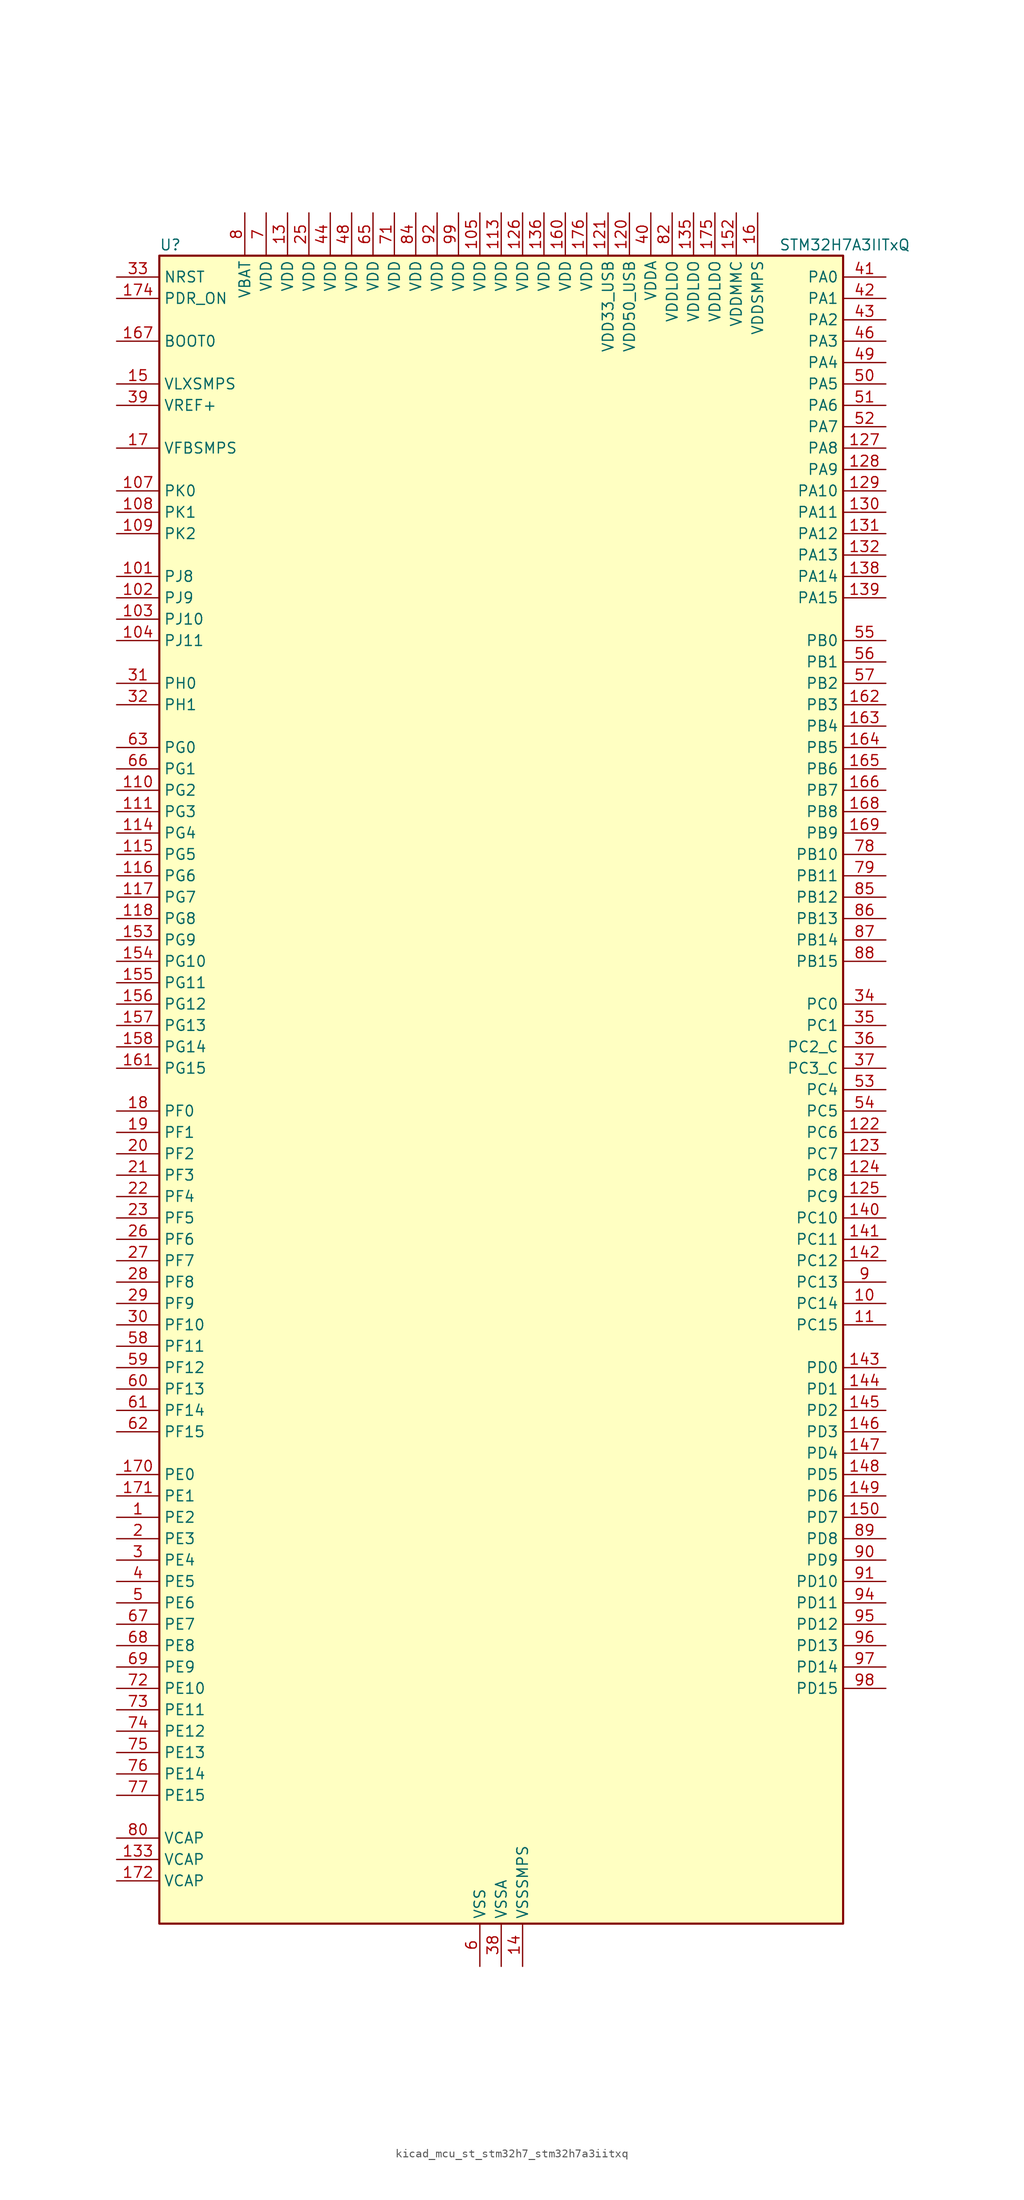
<source format=kicad_sym>
(kicad_symbol_lib
  (version 20220914)
  (generator kicad_symbol_editor)
  (symbol "kicad_mcu_st_stm32h7_stm32h7a3iitxq"
    (property "Reference" "U"
      (at -40.64 100.33 0)
      (effects (font (size 1.27 1.27)) (justify left)))
    (property "Value" "STM32H7A3IITxQ"
      (at 33.02 100.33 0)
      (effects (font (size 1.27 1.27)) (justify left)))
    (property "ki_locked" ""
      (at 0 0 0)
      (effects (font (size 1.27 1.27))))
    (symbol "kicad_mcu_st_stm32h7_stm32h7a3iitxq_0_1"
      (rectangle (start -40.64 -99.06) (end 40.64 99.06) (stroke (width 0.254) (type default)) (fill (type background))))
    (symbol "kicad_mcu_st_stm32h7_stm32h7a3iitxq_1_1"
      (pin bidirectional line (at -45.72 -50.8 0) (length 5.08) (name "PE2" (effects (font (size 1.27 1.27)))) (number "1" (effects (font (size 1.27 1.27)))) (alternate "DEBUG_TRACECLK" bidirectional line) (alternate "FMC_A23" bidirectional line) (alternate "OCTOSPIM_P1_IO2" bidirectional line) (alternate "SAI1_CK1" bidirectional line) (alternate "SAI1_MCLK_A" bidirectional line) (alternate "SPI4_SCK" bidirectional line) (alternate "USART10_RX" bidirectional line))
      (pin bidirectional line (at 45.72 -25.4 180) (length 5.08) (name "PC14" (effects (font (size 1.27 1.27)))) (number "10" (effects (font (size 1.27 1.27)))) (alternate "RCC_OSC32_IN" bidirectional line))
      (pin passive line (at -2.54 -104.14 90) (length 5.08) hide (name "VSS" (effects (font (size 1.27 1.27)))) (number "100" (effects (font (size 1.27 1.27)))))
      (pin bidirectional line (at -45.72 60.96 0) (length 5.08) (name "PJ8" (effects (font (size 1.27 1.27)))) (number "101" (effects (font (size 1.27 1.27)))) (alternate "LTDC_G1" bidirectional line) (alternate "TIM1_CH3N" bidirectional line) (alternate "TIM8_CH1" bidirectional line) (alternate "UART8_TX" bidirectional line))
      (pin bidirectional line (at -45.72 58.42 0) (length 5.08) (name "PJ9" (effects (font (size 1.27 1.27)))) (number "102" (effects (font (size 1.27 1.27)))) (alternate "DAC1_EXTI9" bidirectional line) (alternate "LTDC_G2" bidirectional line) (alternate "TIM1_CH3" bidirectional line) (alternate "TIM8_CH1N" bidirectional line) (alternate "UART8_RX" bidirectional line))
      (pin bidirectional line (at -45.72 55.88 0) (length 5.08) (name "PJ10" (effects (font (size 1.27 1.27)))) (number "103" (effects (font (size 1.27 1.27)))) (alternate "LTDC_G3" bidirectional line) (alternate "SPI5_MOSI" bidirectional line) (alternate "TIM1_CH2N" bidirectional line) (alternate "TIM8_CH2" bidirectional line))
      (pin bidirectional line (at -45.72 53.34 0) (length 5.08) (name "PJ11" (effects (font (size 1.27 1.27)))) (number "104" (effects (font (size 1.27 1.27)))) (alternate "ADC1_EXTI11" bidirectional line) (alternate "ADC2_EXTI11" bidirectional line) (alternate "LTDC_G4" bidirectional line) (alternate "SPI5_MISO" bidirectional line) (alternate "TIM1_CH2" bidirectional line) (alternate "TIM8_CH2N" bidirectional line))
      (pin power_in line (at -2.54 104.14 270) (length 5.08) (name "VDD" (effects (font (size 1.27 1.27)))) (number "105" (effects (font (size 1.27 1.27)))))
      (pin passive line (at -2.54 -104.14 90) (length 5.08) hide (name "VSS" (effects (font (size 1.27 1.27)))) (number "106" (effects (font (size 1.27 1.27)))))
      (pin bidirectional line (at -45.72 71.12 0) (length 5.08) (name "PK0" (effects (font (size 1.27 1.27)))) (number "107" (effects (font (size 1.27 1.27)))) (alternate "LTDC_G5" bidirectional line) (alternate "SPI5_SCK" bidirectional line) (alternate "TIM1_CH1N" bidirectional line) (alternate "TIM8_CH3" bidirectional line))
      (pin bidirectional line (at -45.72 68.58 0) (length 5.08) (name "PK1" (effects (font (size 1.27 1.27)))) (number "108" (effects (font (size 1.27 1.27)))) (alternate "LTDC_G6" bidirectional line) (alternate "SPI5_NSS" bidirectional line) (alternate "TIM1_CH1" bidirectional line) (alternate "TIM8_CH3N" bidirectional line))
      (pin bidirectional line (at -45.72 66.04 0) (length 5.08) (name "PK2" (effects (font (size 1.27 1.27)))) (number "109" (effects (font (size 1.27 1.27)))) (alternate "LTDC_G7" bidirectional line) (alternate "TIM1_BKIN" bidirectional line) (alternate "TIM1_BKIN_COMP1" bidirectional line) (alternate "TIM1_BKIN_COMP2" bidirectional line) (alternate "TIM8_BKIN" bidirectional line) (alternate "TIM8_BKIN_COMP1" bidirectional line) (alternate "TIM8_BKIN_COMP2" bidirectional line))
      (pin bidirectional line (at 45.72 -27.94 180) (length 5.08) (name "PC15" (effects (font (size 1.27 1.27)))) (number "11" (effects (font (size 1.27 1.27)))) (alternate "ADC1_EXTI15" bidirectional line) (alternate "ADC2_EXTI15" bidirectional line) (alternate "RCC_OSC32_OUT" bidirectional line))
      (pin bidirectional line (at -45.72 35.56 0) (length 5.08) (name "PG2" (effects (font (size 1.27 1.27)))) (number "110" (effects (font (size 1.27 1.27)))) (alternate "FMC_A12" bidirectional line) (alternate "TIM8_BKIN" bidirectional line) (alternate "TIM8_BKIN_COMP1" bidirectional line) (alternate "TIM8_BKIN_COMP2" bidirectional line))
      (pin bidirectional line (at -45.72 33.02 0) (length 5.08) (name "PG3" (effects (font (size 1.27 1.27)))) (number "111" (effects (font (size 1.27 1.27)))) (alternate "FMC_A13" bidirectional line) (alternate "TIM8_BKIN2" bidirectional line) (alternate "TIM8_BKIN2_COMP1" bidirectional line) (alternate "TIM8_BKIN2_COMP2" bidirectional line))
      (pin passive line (at -2.54 -104.14 90) (length 5.08) hide (name "VSS" (effects (font (size 1.27 1.27)))) (number "112" (effects (font (size 1.27 1.27)))))
      (pin power_in line (at 0 104.14 270) (length 5.08) (name "VDD" (effects (font (size 1.27 1.27)))) (number "113" (effects (font (size 1.27 1.27)))))
      (pin bidirectional line (at -45.72 30.48 0) (length 5.08) (name "PG4" (effects (font (size 1.27 1.27)))) (number "114" (effects (font (size 1.27 1.27)))) (alternate "FMC_A14" bidirectional line) (alternate "FMC_BA0" bidirectional line) (alternate "TIM1_BKIN2" bidirectional line) (alternate "TIM1_BKIN2_COMP1" bidirectional line) (alternate "TIM1_BKIN2_COMP2" bidirectional line))
      (pin bidirectional line (at -45.72 27.94 0) (length 5.08) (name "PG5" (effects (font (size 1.27 1.27)))) (number "115" (effects (font (size 1.27 1.27)))) (alternate "FMC_A15" bidirectional line) (alternate "FMC_BA1" bidirectional line) (alternate "TIM1_ETR" bidirectional line))
      (pin bidirectional line (at -45.72 25.4 0) (length 5.08) (name "PG6" (effects (font (size 1.27 1.27)))) (number "116" (effects (font (size 1.27 1.27)))) (alternate "DCMI_D12" bidirectional line) (alternate "FMC_NE3" bidirectional line) (alternate "LTDC_R7" bidirectional line) (alternate "OCTOSPIM_P1_NCS" bidirectional line) (alternate "PSSI_D12" bidirectional line) (alternate "TIM17_BKIN" bidirectional line))
      (pin bidirectional line (at -45.72 22.86 0) (length 5.08) (name "PG7" (effects (font (size 1.27 1.27)))) (number "117" (effects (font (size 1.27 1.27)))) (alternate "DCMI_D13" bidirectional line) (alternate "FMC_INT" bidirectional line) (alternate "LTDC_CLK" bidirectional line) (alternate "OCTOSPIM_P2_DQS" bidirectional line) (alternate "PSSI_D13" bidirectional line) (alternate "SAI1_MCLK_A" bidirectional line) (alternate "USART6_CK" bidirectional line))
      (pin bidirectional line (at -45.72 20.32 0) (length 5.08) (name "PG8" (effects (font (size 1.27 1.27)))) (number "118" (effects (font (size 1.27 1.27)))) (alternate "FMC_SDCLK" bidirectional line) (alternate "I2S6_WS" bidirectional line) (alternate "LTDC_G7" bidirectional line) (alternate "SPDIFRX_IN2" bidirectional line) (alternate "SPI6_NSS" bidirectional line) (alternate "TIM8_ETR" bidirectional line) (alternate "USART6_DE" bidirectional line) (alternate "USART6_RTS" bidirectional line))
      (pin passive line (at -2.54 -104.14 90) (length 5.08) hide (name "VSS" (effects (font (size 1.27 1.27)))) (number "119" (effects (font (size 1.27 1.27)))))
      (pin passive line (at -2.54 -104.14 90) (length 5.08) hide (name "VSS" (effects (font (size 1.27 1.27)))) (number "12" (effects (font (size 1.27 1.27)))))
      (pin power_in line (at 15.24 104.14 270) (length 5.08) (name "VDD50_USB" (effects (font (size 1.27 1.27)))) (number "120" (effects (font (size 1.27 1.27)))))
      (pin power_in line (at 12.7 104.14 270) (length 5.08) (name "VDD33_USB" (effects (font (size 1.27 1.27)))) (number "121" (effects (font (size 1.27 1.27)))))
      (pin bidirectional line (at 45.72 -5.08 180) (length 5.08) (name "PC6" (effects (font (size 1.27 1.27)))) (number "122" (effects (font (size 1.27 1.27)))) (alternate "DCMI_D0" bidirectional line) (alternate "DFSDM1_CKIN3" bidirectional line) (alternate "FMC_NWAIT" bidirectional line) (alternate "I2S2_MCK" bidirectional line) (alternate "LTDC_HSYNC" bidirectional line) (alternate "PSSI_D0" bidirectional line) (alternate "SDMMC1_D0DIR" bidirectional line) (alternate "SDMMC1_D6" bidirectional line) (alternate "SDMMC2_D6" bidirectional line) (alternate "SWPMI1_IO" bidirectional line) (alternate "TIM3_CH1" bidirectional line) (alternate "TIM8_CH1" bidirectional line) (alternate "USART6_TX" bidirectional line))
      (pin bidirectional line (at 45.72 -7.62 180) (length 5.08) (name "PC7" (effects (font (size 1.27 1.27)))) (number "123" (effects (font (size 1.27 1.27)))) (alternate "DCMI_D1" bidirectional line) (alternate "DEBUG_TRGIO" bidirectional line) (alternate "DFSDM1_DATIN3" bidirectional line) (alternate "FMC_NE1" bidirectional line) (alternate "I2S3_MCK" bidirectional line) (alternate "LTDC_G6" bidirectional line) (alternate "PSSI_D1" bidirectional line) (alternate "SDMMC1_D123DIR" bidirectional line) (alternate "SDMMC1_D7" bidirectional line) (alternate "SDMMC2_D7" bidirectional line) (alternate "SWPMI1_TX" bidirectional line) (alternate "TIM3_CH2" bidirectional line) (alternate "TIM8_CH2" bidirectional line) (alternate "USART6_RX" bidirectional line))
      (pin bidirectional line (at 45.72 -10.16 180) (length 5.08) (name "PC8" (effects (font (size 1.27 1.27)))) (number "124" (effects (font (size 1.27 1.27)))) (alternate "DCMI_D2" bidirectional line) (alternate "DEBUG_TRACED1" bidirectional line) (alternate "FMC_INT" bidirectional line) (alternate "FMC_NCE" bidirectional line) (alternate "FMC_NE2" bidirectional line) (alternate "PSSI_D2" bidirectional line) (alternate "SDMMC1_D0" bidirectional line) (alternate "SWPMI1_RX" bidirectional line) (alternate "TIM3_CH3" bidirectional line) (alternate "TIM8_CH3" bidirectional line) (alternate "UART5_DE" bidirectional line) (alternate "UART5_RTS" bidirectional line) (alternate "USART6_CK" bidirectional line))
      (pin bidirectional line (at 45.72 -12.7 180) (length 5.08) (name "PC9" (effects (font (size 1.27 1.27)))) (number "125" (effects (font (size 1.27 1.27)))) (alternate "DAC1_EXTI9" bidirectional line) (alternate "DCMI_D3" bidirectional line) (alternate "I2C3_SDA" bidirectional line) (alternate "I2S_CKIN" bidirectional line) (alternate "LTDC_B2" bidirectional line) (alternate "LTDC_G3" bidirectional line) (alternate "OCTOSPIM_P1_IO0" bidirectional line) (alternate "PSSI_D3" bidirectional line) (alternate "RCC_MCO_2" bidirectional line) (alternate "SDMMC1_D1" bidirectional line) (alternate "SWPMI1_SUSPEND" bidirectional line) (alternate "TIM3_CH4" bidirectional line) (alternate "TIM8_CH4" bidirectional line) (alternate "UART5_CTS" bidirectional line))
      (pin power_in line (at 2.54 104.14 270) (length 5.08) (name "VDD" (effects (font (size 1.27 1.27)))) (number "126" (effects (font (size 1.27 1.27)))))
      (pin bidirectional line (at 45.72 76.2 180) (length 5.08) (name "PA8" (effects (font (size 1.27 1.27)))) (number "127" (effects (font (size 1.27 1.27)))) (alternate "I2C3_SCL" bidirectional line) (alternate "LTDC_B3" bidirectional line) (alternate "LTDC_R6" bidirectional line) (alternate "RCC_MCO_1" bidirectional line) (alternate "TIM1_CH1" bidirectional line) (alternate "TIM8_BKIN2" bidirectional line) (alternate "TIM8_BKIN2_COMP1" bidirectional line) (alternate "TIM8_BKIN2_COMP2" bidirectional line) (alternate "UART7_RX" bidirectional line) (alternate "USART1_CK" bidirectional line) (alternate "USB_OTG_HS_SOF" bidirectional line))
      (pin bidirectional line (at 45.72 73.66 180) (length 5.08) (name "PA9" (effects (font (size 1.27 1.27)))) (number "128" (effects (font (size 1.27 1.27)))) (alternate "DAC1_EXTI9" bidirectional line) (alternate "DCMI_D0" bidirectional line) (alternate "I2C3_SMBA" bidirectional line) (alternate "I2S2_CK" bidirectional line) (alternate "LPUART1_TX" bidirectional line) (alternate "LTDC_R5" bidirectional line) (alternate "PSSI_D0" bidirectional line) (alternate "SPI2_SCK" bidirectional line) (alternate "TIM1_CH2" bidirectional line) (alternate "USART1_TX" bidirectional line) (alternate "USB_OTG_HS_VBUS" bidirectional line))
      (pin bidirectional line (at 45.72 71.12 180) (length 5.08) (name "PA10" (effects (font (size 1.27 1.27)))) (number "129" (effects (font (size 1.27 1.27)))) (alternate "DCMI_D1" bidirectional line) (alternate "LPUART1_RX" bidirectional line) (alternate "LTDC_B1" bidirectional line) (alternate "LTDC_B4" bidirectional line) (alternate "MDIOS_MDIO" bidirectional line) (alternate "PSSI_D1" bidirectional line) (alternate "TIM1_CH3" bidirectional line) (alternate "USART1_RX" bidirectional line) (alternate "USB_OTG_HS_ID" bidirectional line))
      (pin power_in line (at -25.4 104.14 270) (length 5.08) (name "VDD" (effects (font (size 1.27 1.27)))) (number "13" (effects (font (size 1.27 1.27)))))
      (pin bidirectional line (at 45.72 68.58 180) (length 5.08) (name "PA11" (effects (font (size 1.27 1.27)))) (number "130" (effects (font (size 1.27 1.27)))) (alternate "ADC1_EXTI11" bidirectional line) (alternate "ADC2_EXTI11" bidirectional line) (alternate "FDCAN1_RX" bidirectional line) (alternate "I2S2_WS" bidirectional line) (alternate "LPUART1_CTS" bidirectional line) (alternate "LTDC_R4" bidirectional line) (alternate "SPI2_NSS" bidirectional line) (alternate "TIM1_CH4" bidirectional line) (alternate "UART4_RX" bidirectional line) (alternate "USART1_CTS" bidirectional line) (alternate "USART1_NSS" bidirectional line) (alternate "USB_OTG_HS_DM" bidirectional line))
      (pin bidirectional line (at 45.72 66.04 180) (length 5.08) (name "PA12" (effects (font (size 1.27 1.27)))) (number "131" (effects (font (size 1.27 1.27)))) (alternate "FDCAN1_TX" bidirectional line) (alternate "I2S2_CK" bidirectional line) (alternate "LPUART1_DE" bidirectional line) (alternate "LPUART1_RTS" bidirectional line) (alternate "LTDC_R5" bidirectional line) (alternate "SAI2_FS_B" bidirectional line) (alternate "SPI2_SCK" bidirectional line) (alternate "TIM1_ETR" bidirectional line) (alternate "UART4_TX" bidirectional line) (alternate "USART1_DE" bidirectional line) (alternate "USART1_RTS" bidirectional line) (alternate "USB_OTG_HS_DP" bidirectional line))
      (pin bidirectional line (at 45.72 63.5 180) (length 5.08) (name "PA13" (effects (font (size 1.27 1.27)))) (number "132" (effects (font (size 1.27 1.27)))) (alternate "DEBUG_JTMS-SWDIO" bidirectional line))
      (pin power_out line (at -45.72 -91.44 0) (length 5.08) (name "VCAP" (effects (font (size 1.27 1.27)))) (number "133" (effects (font (size 1.27 1.27)))))
      (pin passive line (at -2.54 -104.14 90) (length 5.08) hide (name "VSS" (effects (font (size 1.27 1.27)))) (number "134" (effects (font (size 1.27 1.27)))))
      (pin power_in line (at 22.86 104.14 270) (length 5.08) (name "VDDLDO" (effects (font (size 1.27 1.27)))) (number "135" (effects (font (size 1.27 1.27)))))
      (pin power_in line (at 5.08 104.14 270) (length 5.08) (name "VDD" (effects (font (size 1.27 1.27)))) (number "136" (effects (font (size 1.27 1.27)))))
      (pin passive line (at -2.54 -104.14 90) (length 5.08) hide (name "VSS" (effects (font (size 1.27 1.27)))) (number "137" (effects (font (size 1.27 1.27)))))
      (pin bidirectional line (at 45.72 60.96 180) (length 5.08) (name "PA14" (effects (font (size 1.27 1.27)))) (number "138" (effects (font (size 1.27 1.27)))) (alternate "DEBUG_JTCK-SWCLK" bidirectional line))
      (pin bidirectional line (at 45.72 58.42 180) (length 5.08) (name "PA15" (effects (font (size 1.27 1.27)))) (number "139" (effects (font (size 1.27 1.27)))) (alternate "ADC1_EXTI15" bidirectional line) (alternate "ADC2_EXTI15" bidirectional line) (alternate "CEC" bidirectional line) (alternate "DEBUG_JTDI" bidirectional line) (alternate "I2S1_WS" bidirectional line) (alternate "I2S3_WS" bidirectional line) (alternate "I2S6_WS" bidirectional line) (alternate "LTDC_B6" bidirectional line) (alternate "LTDC_R3" bidirectional line) (alternate "SPI1_NSS" bidirectional line) (alternate "SPI3_NSS" bidirectional line) (alternate "SPI6_NSS" bidirectional line) (alternate "TIM2_CH1" bidirectional line) (alternate "TIM2_ETR" bidirectional line) (alternate "UART4_DE" bidirectional line) (alternate "UART4_RTS" bidirectional line) (alternate "UART7_TX" bidirectional line))
      (pin power_in line (at 2.54 -104.14 90) (length 5.08) (name "VSSSMPS" (effects (font (size 1.27 1.27)))) (number "14" (effects (font (size 1.27 1.27)))))
      (pin bidirectional line (at 45.72 -15.24 180) (length 5.08) (name "PC10" (effects (font (size 1.27 1.27)))) (number "140" (effects (font (size 1.27 1.27)))) (alternate "DCMI_D8" bidirectional line) (alternate "DFSDM1_CKIN5" bidirectional line) (alternate "DFSDM2_CKIN0" bidirectional line) (alternate "I2S3_CK" bidirectional line) (alternate "LTDC_B1" bidirectional line) (alternate "LTDC_R2" bidirectional line) (alternate "OCTOSPIM_P1_IO1" bidirectional line) (alternate "PSSI_D8" bidirectional line) (alternate "SDMMC1_D2" bidirectional line) (alternate "SPI3_SCK" bidirectional line) (alternate "SWPMI1_RX" bidirectional line) (alternate "UART4_TX" bidirectional line) (alternate "USART3_TX" bidirectional line))
      (pin bidirectional line (at 45.72 -17.78 180) (length 5.08) (name "PC11" (effects (font (size 1.27 1.27)))) (number "141" (effects (font (size 1.27 1.27)))) (alternate "ADC1_EXTI11" bidirectional line) (alternate "ADC2_EXTI11" bidirectional line) (alternate "DCMI_D4" bidirectional line) (alternate "DFSDM1_DATIN5" bidirectional line) (alternate "DFSDM2_DATIN0" bidirectional line) (alternate "I2S3_SDI" bidirectional line) (alternate "LTDC_B4" bidirectional line) (alternate "OCTOSPIM_P1_NCS" bidirectional line) (alternate "PSSI_D4" bidirectional line) (alternate "SDMMC1_D3" bidirectional line) (alternate "SPI3_MISO" bidirectional line) (alternate "UART4_RX" bidirectional line) (alternate "USART3_RX" bidirectional line))
      (pin bidirectional line (at 45.72 -20.32 180) (length 5.08) (name "PC12" (effects (font (size 1.27 1.27)))) (number "142" (effects (font (size 1.27 1.27)))) (alternate "DCMI_D9" bidirectional line) (alternate "DEBUG_TRACED3" bidirectional line) (alternate "DFSDM2_CKOUT" bidirectional line) (alternate "I2S3_SDO" bidirectional line) (alternate "I2S6_CK" bidirectional line) (alternate "LTDC_R6" bidirectional line) (alternate "PSSI_D9" bidirectional line) (alternate "SDMMC1_CK" bidirectional line) (alternate "SPI3_MOSI" bidirectional line) (alternate "SPI6_SCK" bidirectional line) (alternate "TIM15_CH1" bidirectional line) (alternate "UART5_TX" bidirectional line) (alternate "USART3_CK" bidirectional line))
      (pin bidirectional line (at 45.72 -33.02 180) (length 5.08) (name "PD0" (effects (font (size 1.27 1.27)))) (number "143" (effects (font (size 1.27 1.27)))) (alternate "DFSDM1_CKIN6" bidirectional line) (alternate "FDCAN1_RX" bidirectional line) (alternate "FMC_D2" bidirectional line) (alternate "FMC_DA2" bidirectional line) (alternate "LTDC_B1" bidirectional line) (alternate "UART4_RX" bidirectional line) (alternate "UART9_CTS" bidirectional line))
      (pin bidirectional line (at 45.72 -35.56 180) (length 5.08) (name "PD1" (effects (font (size 1.27 1.27)))) (number "144" (effects (font (size 1.27 1.27)))) (alternate "DFSDM1_DATIN6" bidirectional line) (alternate "FDCAN1_TX" bidirectional line) (alternate "FMC_D3" bidirectional line) (alternate "FMC_DA3" bidirectional line) (alternate "UART4_TX" bidirectional line))
      (pin bidirectional line (at 45.72 -38.1 180) (length 5.08) (name "PD2" (effects (font (size 1.27 1.27)))) (number "145" (effects (font (size 1.27 1.27)))) (alternate "DCMI_D11" bidirectional line) (alternate "DEBUG_TRACED2" bidirectional line) (alternate "LTDC_B2" bidirectional line) (alternate "LTDC_B7" bidirectional line) (alternate "PSSI_D11" bidirectional line) (alternate "SDMMC1_CMD" bidirectional line) (alternate "TIM15_BKIN" bidirectional line) (alternate "TIM3_ETR" bidirectional line) (alternate "UART5_RX" bidirectional line))
      (pin bidirectional line (at 45.72 -40.64 180) (length 5.08) (name "PD3" (effects (font (size 1.27 1.27)))) (number "146" (effects (font (size 1.27 1.27)))) (alternate "DCMI_D5" bidirectional line) (alternate "DFSDM1_CKOUT" bidirectional line) (alternate "FMC_CLK" bidirectional line) (alternate "I2S2_CK" bidirectional line) (alternate "LTDC_G7" bidirectional line) (alternate "PSSI_D5" bidirectional line) (alternate "SPI2_SCK" bidirectional line) (alternate "USART2_CTS" bidirectional line) (alternate "USART2_NSS" bidirectional line))
      (pin bidirectional line (at 45.72 -43.18 180) (length 5.08) (name "PD4" (effects (font (size 1.27 1.27)))) (number "147" (effects (font (size 1.27 1.27)))) (alternate "FMC_NOE" bidirectional line) (alternate "OCTOSPIM_P1_IO4" bidirectional line) (alternate "USART2_DE" bidirectional line) (alternate "USART2_RTS" bidirectional line))
      (pin bidirectional line (at 45.72 -45.72 180) (length 5.08) (name "PD5" (effects (font (size 1.27 1.27)))) (number "148" (effects (font (size 1.27 1.27)))) (alternate "FMC_NWE" bidirectional line) (alternate "OCTOSPIM_P1_IO5" bidirectional line) (alternate "USART2_TX" bidirectional line))
      (pin bidirectional line (at 45.72 -48.26 180) (length 5.08) (name "PD6" (effects (font (size 1.27 1.27)))) (number "149" (effects (font (size 1.27 1.27)))) (alternate "DCMI_D10" bidirectional line) (alternate "DFSDM1_CKIN4" bidirectional line) (alternate "DFSDM1_DATIN1" bidirectional line) (alternate "FMC_NWAIT" bidirectional line) (alternate "I2S3_SDO" bidirectional line) (alternate "LTDC_B2" bidirectional line) (alternate "OCTOSPIM_P1_IO6" bidirectional line) (alternate "PSSI_D10" bidirectional line) (alternate "SAI1_D1" bidirectional line) (alternate "SAI1_SD_A" bidirectional line) (alternate "SDMMC2_CK" bidirectional line) (alternate "SPI3_MOSI" bidirectional line) (alternate "USART2_RX" bidirectional line))
      (pin power_in line (at -45.72 83.82 0) (length 5.08) (name "VLXSMPS" (effects (font (size 1.27 1.27)))) (number "15" (effects (font (size 1.27 1.27)))))
      (pin bidirectional line (at 45.72 -50.8 180) (length 5.08) (name "PD7" (effects (font (size 1.27 1.27)))) (number "150" (effects (font (size 1.27 1.27)))) (alternate "DFSDM1_CKIN1" bidirectional line) (alternate "DFSDM1_DATIN4" bidirectional line) (alternate "FMC_NE1" bidirectional line) (alternate "I2S1_SDO" bidirectional line) (alternate "OCTOSPIM_P1_IO7" bidirectional line) (alternate "SDMMC2_CMD" bidirectional line) (alternate "SPDIFRX_IN0" bidirectional line) (alternate "SPI1_MOSI" bidirectional line) (alternate "USART2_CK" bidirectional line))
      (pin passive line (at -2.54 -104.14 90) (length 5.08) hide (name "VSS" (effects (font (size 1.27 1.27)))) (number "151" (effects (font (size 1.27 1.27)))))
      (pin power_in line (at 27.94 104.14 270) (length 5.08) (name "VDDMMC" (effects (font (size 1.27 1.27)))) (number "152" (effects (font (size 1.27 1.27)))))
      (pin bidirectional line (at -45.72 17.78 0) (length 5.08) (name "PG9" (effects (font (size 1.27 1.27)))) (number "153" (effects (font (size 1.27 1.27)))) (alternate "DAC1_EXTI9" bidirectional line) (alternate "DCMI_VSYNC" bidirectional line) (alternate "FMC_NCE" bidirectional line) (alternate "FMC_NE2" bidirectional line) (alternate "I2S1_SDI" bidirectional line) (alternate "OCTOSPIM_P1_IO6" bidirectional line) (alternate "PSSI_RDY" bidirectional line) (alternate "SAI2_FS_B" bidirectional line) (alternate "SDMMC2_D0" bidirectional line) (alternate "SPDIFRX_IN3" bidirectional line) (alternate "SPI1_MISO" bidirectional line) (alternate "USART6_RX" bidirectional line))
      (pin bidirectional line (at -45.72 15.24 0) (length 5.08) (name "PG10" (effects (font (size 1.27 1.27)))) (number "154" (effects (font (size 1.27 1.27)))) (alternate "DCMI_D2" bidirectional line) (alternate "FMC_NE3" bidirectional line) (alternate "I2S1_WS" bidirectional line) (alternate "LTDC_B2" bidirectional line) (alternate "LTDC_G3" bidirectional line) (alternate "OCTOSPIM_P2_IO6" bidirectional line) (alternate "PSSI_D2" bidirectional line) (alternate "SAI2_SD_B" bidirectional line) (alternate "SDMMC2_D1" bidirectional line) (alternate "SPI1_NSS" bidirectional line))
      (pin bidirectional line (at -45.72 12.7 0) (length 5.08) (name "PG11" (effects (font (size 1.27 1.27)))) (number "155" (effects (font (size 1.27 1.27)))) (alternate "ADC1_EXTI11" bidirectional line) (alternate "ADC2_EXTI11" bidirectional line) (alternate "DCMI_D3" bidirectional line) (alternate "I2S1_CK" bidirectional line) (alternate "LPTIM1_IN2" bidirectional line) (alternate "LTDC_B3" bidirectional line) (alternate "OCTOSPIM_P2_IO7" bidirectional line) (alternate "PSSI_D3" bidirectional line) (alternate "SDMMC2_D2" bidirectional line) (alternate "SPDIFRX_IN0" bidirectional line) (alternate "SPI1_SCK" bidirectional line) (alternate "USART10_RX" bidirectional line))
      (pin bidirectional line (at -45.72 10.16 0) (length 5.08) (name "PG12" (effects (font (size 1.27 1.27)))) (number "156" (effects (font (size 1.27 1.27)))) (alternate "FMC_NE4" bidirectional line) (alternate "I2S6_SDI" bidirectional line) (alternate "LPTIM1_IN1" bidirectional line) (alternate "LTDC_B1" bidirectional line) (alternate "LTDC_B4" bidirectional line) (alternate "OCTOSPIM_P2_NCS" bidirectional line) (alternate "SDMMC2_D3" bidirectional line) (alternate "SPDIFRX_IN1" bidirectional line) (alternate "SPI6_MISO" bidirectional line) (alternate "USART10_TX" bidirectional line) (alternate "USART6_DE" bidirectional line) (alternate "USART6_RTS" bidirectional line))
      (pin bidirectional line (at -45.72 7.62 0) (length 5.08) (name "PG13" (effects (font (size 1.27 1.27)))) (number "157" (effects (font (size 1.27 1.27)))) (alternate "DEBUG_TRACED0" bidirectional line) (alternate "FMC_A24" bidirectional line) (alternate "I2S6_CK" bidirectional line) (alternate "LPTIM1_OUT" bidirectional line) (alternate "LTDC_R0" bidirectional line) (alternate "SDMMC2_D6" bidirectional line) (alternate "SPI6_SCK" bidirectional line) (alternate "USART10_CTS" bidirectional line) (alternate "USART10_NSS" bidirectional line) (alternate "USART6_CTS" bidirectional line) (alternate "USART6_NSS" bidirectional line))
      (pin bidirectional line (at -45.72 5.08 0) (length 5.08) (name "PG14" (effects (font (size 1.27 1.27)))) (number "158" (effects (font (size 1.27 1.27)))) (alternate "DEBUG_TRACED1" bidirectional line) (alternate "FMC_A25" bidirectional line) (alternate "I2S6_SDO" bidirectional line) (alternate "LPTIM1_ETR" bidirectional line) (alternate "LTDC_B0" bidirectional line) (alternate "OCTOSPIM_P1_IO7" bidirectional line) (alternate "SDMMC2_D7" bidirectional line) (alternate "SPI6_MOSI" bidirectional line) (alternate "USART10_DE" bidirectional line) (alternate "USART10_RTS" bidirectional line) (alternate "USART6_TX" bidirectional line))
      (pin passive line (at -2.54 -104.14 90) (length 5.08) hide (name "VSS" (effects (font (size 1.27 1.27)))) (number "159" (effects (font (size 1.27 1.27)))))
      (pin power_in line (at 30.48 104.14 270) (length 5.08) (name "VDDSMPS" (effects (font (size 1.27 1.27)))) (number "16" (effects (font (size 1.27 1.27)))))
      (pin power_in line (at 7.62 104.14 270) (length 5.08) (name "VDD" (effects (font (size 1.27 1.27)))) (number "160" (effects (font (size 1.27 1.27)))))
      (pin bidirectional line (at -45.72 2.54 0) (length 5.08) (name "PG15" (effects (font (size 1.27 1.27)))) (number "161" (effects (font (size 1.27 1.27)))) (alternate "ADC1_EXTI15" bidirectional line) (alternate "ADC2_EXTI15" bidirectional line) (alternate "DCMI_D13" bidirectional line) (alternate "FMC_SDNCAS" bidirectional line) (alternate "OCTOSPIM_P2_DQS" bidirectional line) (alternate "PSSI_D13" bidirectional line) (alternate "USART10_CK" bidirectional line) (alternate "USART6_CTS" bidirectional line) (alternate "USART6_NSS" bidirectional line))
      (pin bidirectional line (at 45.72 45.72 180) (length 5.08) (name "PB3" (effects (font (size 1.27 1.27)))) (number "162" (effects (font (size 1.27 1.27)))) (alternate "CRS_SYNC" bidirectional line) (alternate "DEBUG_JTDO-SWO" bidirectional line) (alternate "I2S1_CK" bidirectional line) (alternate "I2S3_CK" bidirectional line) (alternate "I2S6_CK" bidirectional line) (alternate "SDMMC2_D2" bidirectional line) (alternate "SPI1_SCK" bidirectional line) (alternate "SPI3_SCK" bidirectional line) (alternate "SPI6_SCK" bidirectional line) (alternate "TIM2_CH2" bidirectional line) (alternate "UART7_RX" bidirectional line))
      (pin bidirectional line (at 45.72 43.18 180) (length 5.08) (name "PB4" (effects (font (size 1.27 1.27)))) (number "163" (effects (font (size 1.27 1.27)))) (alternate "DEBUG_JTRST" bidirectional line) (alternate "I2S1_SDI" bidirectional line) (alternate "I2S2_WS" bidirectional line) (alternate "I2S3_SDI" bidirectional line) (alternate "I2S6_SDI" bidirectional line) (alternate "SDMMC2_D3" bidirectional line) (alternate "SPI1_MISO" bidirectional line) (alternate "SPI2_NSS" bidirectional line) (alternate "SPI3_MISO" bidirectional line) (alternate "SPI6_MISO" bidirectional line) (alternate "TIM16_BKIN" bidirectional line) (alternate "TIM3_CH1" bidirectional line) (alternate "UART7_TX" bidirectional line))
      (pin bidirectional line (at 45.72 40.64 180) (length 5.08) (name "PB5" (effects (font (size 1.27 1.27)))) (number "164" (effects (font (size 1.27 1.27)))) (alternate "DCMI_D10" bidirectional line) (alternate "FDCAN2_RX" bidirectional line) (alternate "FMC_SDCKE1" bidirectional line) (alternate "I2C1_SMBA" bidirectional line) (alternate "I2C4_SMBA" bidirectional line) (alternate "I2S1_SDO" bidirectional line) (alternate "I2S3_SDO" bidirectional line) (alternate "I2S6_SDO" bidirectional line) (alternate "LTDC_B5" bidirectional line) (alternate "PSSI_D10" bidirectional line) (alternate "SPI1_MOSI" bidirectional line) (alternate "SPI3_MOSI" bidirectional line) (alternate "SPI6_MOSI" bidirectional line) (alternate "TIM17_BKIN" bidirectional line) (alternate "TIM3_CH2" bidirectional line) (alternate "UART5_RX" bidirectional line) (alternate "USB_OTG_HS_ULPI_D7" bidirectional line))
      (pin bidirectional line (at 45.72 38.1 180) (length 5.08) (name "PB6" (effects (font (size 1.27 1.27)))) (number "165" (effects (font (size 1.27 1.27)))) (alternate "CEC" bidirectional line) (alternate "DCMI_D5" bidirectional line) (alternate "DFSDM1_DATIN5" bidirectional line) (alternate "FDCAN2_TX" bidirectional line) (alternate "FMC_SDNE1" bidirectional line) (alternate "I2C1_SCL" bidirectional line) (alternate "I2C4_SCL" bidirectional line) (alternate "LPUART1_TX" bidirectional line) (alternate "OCTOSPIM_P1_NCS" bidirectional line) (alternate "PSSI_D5" bidirectional line) (alternate "TIM16_CH1N" bidirectional line) (alternate "TIM4_CH1" bidirectional line) (alternate "UART5_TX" bidirectional line) (alternate "USART1_TX" bidirectional line))
      (pin bidirectional line (at 45.72 35.56 180) (length 5.08) (name "PB7" (effects (font (size 1.27 1.27)))) (number "166" (effects (font (size 1.27 1.27)))) (alternate "DCMI_VSYNC" bidirectional line) (alternate "DFSDM1_CKIN5" bidirectional line) (alternate "FMC_NL" bidirectional line) (alternate "I2C1_SDA" bidirectional line) (alternate "I2C4_SDA" bidirectional line) (alternate "LPUART1_RX" bidirectional line) (alternate "PSSI_RDY" bidirectional line) (alternate "PWR_PVD_IN" bidirectional line) (alternate "TIM17_CH1N" bidirectional line) (alternate "TIM4_CH2" bidirectional line) (alternate "USART1_RX" bidirectional line))
      (pin input line (at -45.72 88.9 0) (length 5.08) (name "BOOT0" (effects (font (size 1.27 1.27)))) (number "167" (effects (font (size 1.27 1.27)))))
      (pin bidirectional line (at 45.72 33.02 180) (length 5.08) (name "PB8" (effects (font (size 1.27 1.27)))) (number "168" (effects (font (size 1.27 1.27)))) (alternate "DCMI_D6" bidirectional line) (alternate "DFSDM1_CKIN7" bidirectional line) (alternate "FDCAN1_RX" bidirectional line) (alternate "I2C1_SCL" bidirectional line) (alternate "I2C4_SCL" bidirectional line) (alternate "LTDC_B6" bidirectional line) (alternate "PSSI_D6" bidirectional line) (alternate "SDMMC1_CKIN" bidirectional line) (alternate "SDMMC1_D4" bidirectional line) (alternate "SDMMC2_D4" bidirectional line) (alternate "TIM16_CH1" bidirectional line) (alternate "TIM4_CH3" bidirectional line) (alternate "UART4_RX" bidirectional line))
      (pin bidirectional line (at 45.72 30.48 180) (length 5.08) (name "PB9" (effects (font (size 1.27 1.27)))) (number "169" (effects (font (size 1.27 1.27)))) (alternate "DAC1_EXTI9" bidirectional line) (alternate "DCMI_D7" bidirectional line) (alternate "DFSDM1_DATIN7" bidirectional line) (alternate "FDCAN1_TX" bidirectional line) (alternate "I2C1_SDA" bidirectional line) (alternate "I2C4_SDA" bidirectional line) (alternate "I2C4_SMBA" bidirectional line) (alternate "I2S2_WS" bidirectional line) (alternate "LTDC_B7" bidirectional line) (alternate "PSSI_D7" bidirectional line) (alternate "SDMMC1_CDIR" bidirectional line) (alternate "SDMMC1_D5" bidirectional line) (alternate "SDMMC2_D5" bidirectional line) (alternate "SPI2_NSS" bidirectional line) (alternate "TIM17_CH1" bidirectional line) (alternate "TIM4_CH4" bidirectional line) (alternate "UART4_TX" bidirectional line))
      (pin input line (at -45.72 76.2 0) (length 5.08) (name "VFBSMPS" (effects (font (size 1.27 1.27)))) (number "17" (effects (font (size 1.27 1.27)))))
      (pin bidirectional line (at -45.72 -45.72 0) (length 5.08) (name "PE0" (effects (font (size 1.27 1.27)))) (number "170" (effects (font (size 1.27 1.27)))) (alternate "DCMI_D2" bidirectional line) (alternate "FMC_NBL0" bidirectional line) (alternate "LPTIM1_ETR" bidirectional line) (alternate "LPTIM2_ETR" bidirectional line) (alternate "LTDC_R0" bidirectional line) (alternate "PSSI_D2" bidirectional line) (alternate "SAI2_MCLK_A" bidirectional line) (alternate "TIM4_ETR" bidirectional line) (alternate "UART8_RX" bidirectional line))
      (pin bidirectional line (at -45.72 -48.26 0) (length 5.08) (name "PE1" (effects (font (size 1.27 1.27)))) (number "171" (effects (font (size 1.27 1.27)))) (alternate "DCMI_D3" bidirectional line) (alternate "FMC_NBL1" bidirectional line) (alternate "LPTIM1_IN2" bidirectional line) (alternate "LTDC_R6" bidirectional line) (alternate "PSSI_D3" bidirectional line) (alternate "UART8_TX" bidirectional line))
      (pin power_out line (at -45.72 -93.98 0) (length 5.08) (name "VCAP" (effects (font (size 1.27 1.27)))) (number "172" (effects (font (size 1.27 1.27)))))
      (pin passive line (at -2.54 -104.14 90) (length 5.08) hide (name "VSS" (effects (font (size 1.27 1.27)))) (number "173" (effects (font (size 1.27 1.27)))))
      (pin input line (at -45.72 93.98 0) (length 5.08) (name "PDR_ON" (effects (font (size 1.27 1.27)))) (number "174" (effects (font (size 1.27 1.27)))))
      (pin power_in line (at 25.4 104.14 270) (length 5.08) (name "VDDLDO" (effects (font (size 1.27 1.27)))) (number "175" (effects (font (size 1.27 1.27)))))
      (pin power_in line (at 10.16 104.14 270) (length 5.08) (name "VDD" (effects (font (size 1.27 1.27)))) (number "176" (effects (font (size 1.27 1.27)))))
      (pin bidirectional line (at -45.72 -2.54 0) (length 5.08) (name "PF0" (effects (font (size 1.27 1.27)))) (number "18" (effects (font (size 1.27 1.27)))) (alternate "FMC_A0" bidirectional line) (alternate "I2C2_SDA" bidirectional line) (alternate "OCTOSPIM_P2_IO0" bidirectional line))
      (pin bidirectional line (at -45.72 -5.08 0) (length 5.08) (name "PF1" (effects (font (size 1.27 1.27)))) (number "19" (effects (font (size 1.27 1.27)))) (alternate "FMC_A1" bidirectional line) (alternate "I2C2_SCL" bidirectional line) (alternate "OCTOSPIM_P2_IO1" bidirectional line))
      (pin bidirectional line (at -45.72 -53.34 0) (length 5.08) (name "PE3" (effects (font (size 1.27 1.27)))) (number "2" (effects (font (size 1.27 1.27)))) (alternate "DEBUG_TRACED0" bidirectional line) (alternate "FMC_A19" bidirectional line) (alternate "SAI1_SD_B" bidirectional line) (alternate "TIM15_BKIN" bidirectional line) (alternate "USART10_TX" bidirectional line))
      (pin bidirectional line (at -45.72 -7.62 0) (length 5.08) (name "PF2" (effects (font (size 1.27 1.27)))) (number "20" (effects (font (size 1.27 1.27)))) (alternate "FMC_A2" bidirectional line) (alternate "I2C2_SMBA" bidirectional line) (alternate "OCTOSPIM_P2_IO2" bidirectional line))
      (pin bidirectional line (at -45.72 -10.16 0) (length 5.08) (name "PF3" (effects (font (size 1.27 1.27)))) (number "21" (effects (font (size 1.27 1.27)))) (alternate "FMC_A3" bidirectional line) (alternate "OCTOSPIM_P2_IO3" bidirectional line))
      (pin bidirectional line (at -45.72 -12.7 0) (length 5.08) (name "PF4" (effects (font (size 1.27 1.27)))) (number "22" (effects (font (size 1.27 1.27)))) (alternate "FMC_A4" bidirectional line) (alternate "OCTOSPIM_P2_CLK" bidirectional line))
      (pin bidirectional line (at -45.72 -15.24 0) (length 5.08) (name "PF5" (effects (font (size 1.27 1.27)))) (number "23" (effects (font (size 1.27 1.27)))) (alternate "FMC_A5" bidirectional line) (alternate "OCTOSPIM_P2_NCLK" bidirectional line))
      (pin passive line (at -2.54 -104.14 90) (length 5.08) hide (name "VSS" (effects (font (size 1.27 1.27)))) (number "24" (effects (font (size 1.27 1.27)))))
      (pin power_in line (at -22.86 104.14 270) (length 5.08) (name "VDD" (effects (font (size 1.27 1.27)))) (number "25" (effects (font (size 1.27 1.27)))))
      (pin bidirectional line (at -45.72 -17.78 0) (length 5.08) (name "PF6" (effects (font (size 1.27 1.27)))) (number "26" (effects (font (size 1.27 1.27)))) (alternate "OCTOSPIM_P1_IO3" bidirectional line) (alternate "SAI1_SD_B" bidirectional line) (alternate "SPI5_NSS" bidirectional line) (alternate "TIM16_CH1" bidirectional line) (alternate "UART7_RX" bidirectional line))
      (pin bidirectional line (at -45.72 -20.32 0) (length 5.08) (name "PF7" (effects (font (size 1.27 1.27)))) (number "27" (effects (font (size 1.27 1.27)))) (alternate "OCTOSPIM_P1_IO2" bidirectional line) (alternate "SAI1_MCLK_B" bidirectional line) (alternate "SPI5_SCK" bidirectional line) (alternate "TIM17_CH1" bidirectional line) (alternate "UART7_TX" bidirectional line))
      (pin bidirectional line (at -45.72 -22.86 0) (length 5.08) (name "PF8" (effects (font (size 1.27 1.27)))) (number "28" (effects (font (size 1.27 1.27)))) (alternate "OCTOSPIM_P1_IO0" bidirectional line) (alternate "SAI1_SCK_B" bidirectional line) (alternate "SPI5_MISO" bidirectional line) (alternate "TIM13_CH1" bidirectional line) (alternate "TIM16_CH1N" bidirectional line) (alternate "UART7_DE" bidirectional line) (alternate "UART7_RTS" bidirectional line))
      (pin bidirectional line (at -45.72 -25.4 0) (length 5.08) (name "PF9" (effects (font (size 1.27 1.27)))) (number "29" (effects (font (size 1.27 1.27)))) (alternate "DAC1_EXTI9" bidirectional line) (alternate "OCTOSPIM_P1_IO1" bidirectional line) (alternate "SAI1_FS_B" bidirectional line) (alternate "SPI5_MOSI" bidirectional line) (alternate "TIM14_CH1" bidirectional line) (alternate "TIM17_CH1N" bidirectional line) (alternate "UART7_CTS" bidirectional line))
      (pin bidirectional line (at -45.72 -55.88 0) (length 5.08) (name "PE4" (effects (font (size 1.27 1.27)))) (number "3" (effects (font (size 1.27 1.27)))) (alternate "DCMI_D4" bidirectional line) (alternate "DEBUG_TRACED1" bidirectional line) (alternate "DFSDM1_DATIN3" bidirectional line) (alternate "FMC_A20" bidirectional line) (alternate "LTDC_B0" bidirectional line) (alternate "PSSI_D4" bidirectional line) (alternate "SAI1_D2" bidirectional line) (alternate "SAI1_FS_A" bidirectional line) (alternate "SPI4_NSS" bidirectional line) (alternate "TIM15_CH1N" bidirectional line))
      (pin bidirectional line (at -45.72 -27.94 0) (length 5.08) (name "PF10" (effects (font (size 1.27 1.27)))) (number "30" (effects (font (size 1.27 1.27)))) (alternate "DCMI_D11" bidirectional line) (alternate "LTDC_DE" bidirectional line) (alternate "OCTOSPIM_P1_CLK" bidirectional line) (alternate "PSSI_D11" bidirectional line) (alternate "PSSI_D15" bidirectional line) (alternate "SAI1_D3" bidirectional line) (alternate "TIM16_BKIN" bidirectional line))
      (pin bidirectional line (at -45.72 48.26 0) (length 5.08) (name "PH0" (effects (font (size 1.27 1.27)))) (number "31" (effects (font (size 1.27 1.27)))) (alternate "RCC_OSC_IN" bidirectional line))
      (pin bidirectional line (at -45.72 45.72 0) (length 5.08) (name "PH1" (effects (font (size 1.27 1.27)))) (number "32" (effects (font (size 1.27 1.27)))) (alternate "RCC_OSC_OUT" bidirectional line))
      (pin input line (at -45.72 96.52 0) (length 5.08) (name "NRST" (effects (font (size 1.27 1.27)))) (number "33" (effects (font (size 1.27 1.27)))))
      (pin bidirectional line (at 45.72 10.16 180) (length 5.08) (name "PC0" (effects (font (size 1.27 1.27)))) (number "34" (effects (font (size 1.27 1.27)))) (alternate "ADC1_INP10" bidirectional line) (alternate "ADC2_INP10" bidirectional line) (alternate "DFSDM1_CKIN0" bidirectional line) (alternate "DFSDM1_DATIN4" bidirectional line) (alternate "FMC_A25" bidirectional line) (alternate "FMC_SDNWE" bidirectional line) (alternate "LTDC_G2" bidirectional line) (alternate "LTDC_R5" bidirectional line) (alternate "SAI2_FS_B" bidirectional line) (alternate "USB_OTG_HS_ULPI_STP" bidirectional line))
      (pin bidirectional line (at 45.72 7.62 180) (length 5.08) (name "PC1" (effects (font (size 1.27 1.27)))) (number "35" (effects (font (size 1.27 1.27)))) (alternate "ADC1_INN10" bidirectional line) (alternate "ADC1_INP11" bidirectional line) (alternate "ADC2_INN10" bidirectional line) (alternate "ADC2_INP11" bidirectional line) (alternate "DEBUG_TRACED0" bidirectional line) (alternate "DFSDM1_CKIN4" bidirectional line) (alternate "DFSDM1_DATIN0" bidirectional line) (alternate "I2S2_SDO" bidirectional line) (alternate "LTDC_G5" bidirectional line) (alternate "MDIOS_MDC" bidirectional line) (alternate "OCTOSPIM_P1_IO4" bidirectional line) (alternate "PWR_WKUP6" bidirectional line) (alternate "RTC_TAMP3" bidirectional line) (alternate "SAI1_D1" bidirectional line) (alternate "SAI1_SD_A" bidirectional line) (alternate "SDMMC2_CK" bidirectional line) (alternate "SPI2_MOSI" bidirectional line))
      (pin bidirectional line (at 45.72 5.08 180) (length 5.08) (name "PC2_C" (effects (font (size 1.27 1.27)))) (number "36" (effects (font (size 1.27 1.27)))) (alternate "ADC2_INN1" bidirectional line) (alternate "ADC2_INP0" bidirectional line) (alternate "DFSDM1_CKIN1" bidirectional line) (alternate "DFSDM1_CKOUT" bidirectional line) (alternate "FMC_SDNE0" bidirectional line) (alternate "I2S2_SDI" bidirectional line) (alternate "OCTOSPIM_P1_IO2" bidirectional line) (alternate "OCTOSPIM_P1_IO5" bidirectional line) (alternate "PWR_CSTOP" bidirectional line) (alternate "SPI2_MISO" bidirectional line) (alternate "USB_OTG_HS_ULPI_DIR" bidirectional line))
      (pin bidirectional line (at 45.72 2.54 180) (length 5.08) (name "PC3_C" (effects (font (size 1.27 1.27)))) (number "37" (effects (font (size 1.27 1.27)))) (alternate "ADC2_INP1" bidirectional line) (alternate "DFSDM1_DATIN1" bidirectional line) (alternate "FMC_SDCKE0" bidirectional line) (alternate "I2S2_SDO" bidirectional line) (alternate "OCTOSPIM_P1_IO0" bidirectional line) (alternate "OCTOSPIM_P1_IO6" bidirectional line) (alternate "PWR_CSLEEP" bidirectional line) (alternate "SPI2_MOSI" bidirectional line) (alternate "USB_OTG_HS_ULPI_NXT" bidirectional line))
      (pin power_in line (at 0 -104.14 90) (length 5.08) (name "VSSA" (effects (font (size 1.27 1.27)))) (number "38" (effects (font (size 1.27 1.27)))))
      (pin input line (at -45.72 81.28 0) (length 5.08) (name "VREF+" (effects (font (size 1.27 1.27)))) (number "39" (effects (font (size 1.27 1.27)))) (alternate "VREFBUF_OUT" bidirectional line))
      (pin bidirectional line (at -45.72 -58.42 0) (length 5.08) (name "PE5" (effects (font (size 1.27 1.27)))) (number "4" (effects (font (size 1.27 1.27)))) (alternate "DCMI_D6" bidirectional line) (alternate "DEBUG_TRACED2" bidirectional line) (alternate "DFSDM1_CKIN3" bidirectional line) (alternate "FMC_A21" bidirectional line) (alternate "LTDC_G0" bidirectional line) (alternate "PSSI_D6" bidirectional line) (alternate "SAI1_CK2" bidirectional line) (alternate "SAI1_SCK_A" bidirectional line) (alternate "SPI4_MISO" bidirectional line) (alternate "TIM15_CH1" bidirectional line))
      (pin power_in line (at 17.78 104.14 270) (length 5.08) (name "VDDA" (effects (font (size 1.27 1.27)))) (number "40" (effects (font (size 1.27 1.27)))))
      (pin bidirectional line (at 45.72 96.52 180) (length 5.08) (name "PA0" (effects (font (size 1.27 1.27)))) (number "41" (effects (font (size 1.27 1.27)))) (alternate "ADC1_INP16" bidirectional line) (alternate "I2S6_WS" bidirectional line) (alternate "PWR_WKUP1" bidirectional line) (alternate "SAI2_SD_B" bidirectional line) (alternate "SDMMC2_CMD" bidirectional line) (alternate "SPI6_NSS" bidirectional line) (alternate "TIM15_BKIN" bidirectional line) (alternate "TIM2_CH1" bidirectional line) (alternate "TIM2_ETR" bidirectional line) (alternate "TIM5_CH1" bidirectional line) (alternate "TIM8_ETR" bidirectional line) (alternate "UART4_TX" bidirectional line) (alternate "USART2_CTS" bidirectional line) (alternate "USART2_NSS" bidirectional line))
      (pin bidirectional line (at 45.72 93.98 180) (length 5.08) (name "PA1" (effects (font (size 1.27 1.27)))) (number "42" (effects (font (size 1.27 1.27)))) (alternate "ADC1_INN16" bidirectional line) (alternate "ADC1_INP17" bidirectional line) (alternate "LPTIM3_OUT" bidirectional line) (alternate "LTDC_R2" bidirectional line) (alternate "OCTOSPIM_P1_DQS" bidirectional line) (alternate "OCTOSPIM_P1_IO3" bidirectional line) (alternate "SAI2_MCLK_B" bidirectional line) (alternate "TIM15_CH1N" bidirectional line) (alternate "TIM2_CH2" bidirectional line) (alternate "TIM5_CH2" bidirectional line) (alternate "UART4_RX" bidirectional line) (alternate "USART2_DE" bidirectional line) (alternate "USART2_RTS" bidirectional line))
      (pin bidirectional line (at 45.72 91.44 180) (length 5.08) (name "PA2" (effects (font (size 1.27 1.27)))) (number "43" (effects (font (size 1.27 1.27)))) (alternate "ADC1_INP14" bidirectional line) (alternate "DFSDM2_CKIN1" bidirectional line) (alternate "LTDC_R1" bidirectional line) (alternate "MDIOS_MDIO" bidirectional line) (alternate "PWR_WKUP2" bidirectional line) (alternate "SAI2_SCK_B" bidirectional line) (alternate "TIM15_CH1" bidirectional line) (alternate "TIM2_CH3" bidirectional line) (alternate "TIM5_CH3" bidirectional line) (alternate "USART2_TX" bidirectional line))
      (pin power_in line (at -20.32 104.14 270) (length 5.08) (name "VDD" (effects (font (size 1.27 1.27)))) (number "44" (effects (font (size 1.27 1.27)))))
      (pin passive line (at -2.54 -104.14 90) (length 5.08) hide (name "VSS" (effects (font (size 1.27 1.27)))) (number "45" (effects (font (size 1.27 1.27)))))
      (pin bidirectional line (at 45.72 88.9 180) (length 5.08) (name "PA3" (effects (font (size 1.27 1.27)))) (number "46" (effects (font (size 1.27 1.27)))) (alternate "ADC1_INP15" bidirectional line) (alternate "I2S6_MCK" bidirectional line) (alternate "LTDC_B2" bidirectional line) (alternate "LTDC_B5" bidirectional line) (alternate "OCTOSPIM_P1_CLK" bidirectional line) (alternate "TIM15_CH2" bidirectional line) (alternate "TIM2_CH4" bidirectional line) (alternate "TIM5_CH4" bidirectional line) (alternate "USART2_RX" bidirectional line) (alternate "USB_OTG_HS_ULPI_D0" bidirectional line))
      (pin passive line (at -2.54 -104.14 90) (length 5.08) hide (name "VSS" (effects (font (size 1.27 1.27)))) (number "47" (effects (font (size 1.27 1.27)))))
      (pin power_in line (at -17.78 104.14 270) (length 5.08) (name "VDD" (effects (font (size 1.27 1.27)))) (number "48" (effects (font (size 1.27 1.27)))))
      (pin bidirectional line (at 45.72 86.36 180) (length 5.08) (name "PA4" (effects (font (size 1.27 1.27)))) (number "49" (effects (font (size 1.27 1.27)))) (alternate "ADC1_INP18" bidirectional line) (alternate "DAC1_OUT1" bidirectional line) (alternate "DCMI_HSYNC" bidirectional line) (alternate "I2S1_WS" bidirectional line) (alternate "I2S3_WS" bidirectional line) (alternate "I2S6_WS" bidirectional line) (alternate "LTDC_VSYNC" bidirectional line) (alternate "PSSI_DE" bidirectional line) (alternate "SPI1_NSS" bidirectional line) (alternate "SPI3_NSS" bidirectional line) (alternate "SPI6_NSS" bidirectional line) (alternate "TIM5_ETR" bidirectional line) (alternate "USART2_CK" bidirectional line))
      (pin bidirectional line (at -45.72 -60.96 0) (length 5.08) (name "PE6" (effects (font (size 1.27 1.27)))) (number "5" (effects (font (size 1.27 1.27)))) (alternate "DCMI_D7" bidirectional line) (alternate "DEBUG_TRACED3" bidirectional line) (alternate "FMC_A22" bidirectional line) (alternate "LTDC_G1" bidirectional line) (alternate "PSSI_D7" bidirectional line) (alternate "SAI1_D1" bidirectional line) (alternate "SAI1_SD_A" bidirectional line) (alternate "SAI2_MCLK_B" bidirectional line) (alternate "SPI4_MOSI" bidirectional line) (alternate "TIM15_CH2" bidirectional line) (alternate "TIM1_BKIN2" bidirectional line) (alternate "TIM1_BKIN2_COMP1" bidirectional line) (alternate "TIM1_BKIN2_COMP2" bidirectional line))
      (pin bidirectional line (at 45.72 83.82 180) (length 5.08) (name "PA5" (effects (font (size 1.27 1.27)))) (number "50" (effects (font (size 1.27 1.27)))) (alternate "ADC1_INN18" bidirectional line) (alternate "ADC1_INP19" bidirectional line) (alternate "DAC1_OUT2" bidirectional line) (alternate "I2S1_CK" bidirectional line) (alternate "I2S6_CK" bidirectional line) (alternate "LTDC_R4" bidirectional line) (alternate "PSSI_D14" bidirectional line) (alternate "PWR_NDSTOP2" bidirectional line) (alternate "SPI1_SCK" bidirectional line) (alternate "SPI6_SCK" bidirectional line) (alternate "TIM2_CH1" bidirectional line) (alternate "TIM2_ETR" bidirectional line) (alternate "TIM8_CH1N" bidirectional line) (alternate "USB_OTG_HS_ULPI_CK" bidirectional line))
      (pin bidirectional line (at 45.72 81.28 180) (length 5.08) (name "PA6" (effects (font (size 1.27 1.27)))) (number "51" (effects (font (size 1.27 1.27)))) (alternate "ADC1_INP3" bidirectional line) (alternate "ADC2_INP3" bidirectional line) (alternate "DAC2_OUT1" bidirectional line) (alternate "DCMI_PIXCLK" bidirectional line) (alternate "I2S1_SDI" bidirectional line) (alternate "I2S6_SDI" bidirectional line) (alternate "LTDC_G2" bidirectional line) (alternate "MDIOS_MDC" bidirectional line) (alternate "OCTOSPIM_P1_IO3" bidirectional line) (alternate "PSSI_PDCK" bidirectional line) (alternate "SPI1_MISO" bidirectional line) (alternate "SPI6_MISO" bidirectional line) (alternate "TIM13_CH1" bidirectional line) (alternate "TIM1_BKIN" bidirectional line) (alternate "TIM1_BKIN_COMP1" bidirectional line) (alternate "TIM1_BKIN_COMP2" bidirectional line) (alternate "TIM3_CH1" bidirectional line) (alternate "TIM8_BKIN" bidirectional line) (alternate "TIM8_BKIN_COMP1" bidirectional line) (alternate "TIM8_BKIN_COMP2" bidirectional line))
      (pin bidirectional line (at 45.72 78.74 180) (length 5.08) (name "PA7" (effects (font (size 1.27 1.27)))) (number "52" (effects (font (size 1.27 1.27)))) (alternate "ADC1_INN3" bidirectional line) (alternate "ADC1_INP7" bidirectional line) (alternate "ADC2_INN3" bidirectional line) (alternate "ADC2_INP7" bidirectional line) (alternate "DFSDM2_DATIN1" bidirectional line) (alternate "FMC_SDNWE" bidirectional line) (alternate "I2S1_SDO" bidirectional line) (alternate "I2S6_SDO" bidirectional line) (alternate "LTDC_VSYNC" bidirectional line) (alternate "OCTOSPIM_P1_IO2" bidirectional line) (alternate "OPAMP1_VINM" bidirectional line) (alternate "SPI1_MOSI" bidirectional line) (alternate "SPI6_MOSI" bidirectional line) (alternate "TIM14_CH1" bidirectional line) (alternate "TIM1_CH1N" bidirectional line) (alternate "TIM3_CH2" bidirectional line) (alternate "TIM8_CH1N" bidirectional line))
      (pin bidirectional line (at 45.72 0 180) (length 5.08) (name "PC4" (effects (font (size 1.27 1.27)))) (number "53" (effects (font (size 1.27 1.27)))) (alternate "ADC1_INP4" bidirectional line) (alternate "ADC2_INP4" bidirectional line) (alternate "COMP1_INM" bidirectional line) (alternate "DFSDM1_CKIN2" bidirectional line) (alternate "FMC_SDNE0" bidirectional line) (alternate "I2S1_MCK" bidirectional line) (alternate "LTDC_R7" bidirectional line) (alternate "OPAMP1_VOUT" bidirectional line) (alternate "SPDIFRX_IN2" bidirectional line))
      (pin bidirectional line (at 45.72 -2.54 180) (length 5.08) (name "PC5" (effects (font (size 1.27 1.27)))) (number "54" (effects (font (size 1.27 1.27)))) (alternate "ADC1_INN4" bidirectional line) (alternate "ADC1_INP8" bidirectional line) (alternate "ADC2_INN4" bidirectional line) (alternate "ADC2_INP8" bidirectional line) (alternate "COMP1_OUT" bidirectional line) (alternate "DFSDM1_DATIN2" bidirectional line) (alternate "FMC_SDCKE0" bidirectional line) (alternate "LTDC_DE" bidirectional line) (alternate "OCTOSPIM_P1_DQS" bidirectional line) (alternate "OPAMP1_VINM" bidirectional line) (alternate "PSSI_D15" bidirectional line) (alternate "SAI1_D3" bidirectional line) (alternate "SPDIFRX_IN3" bidirectional line))
      (pin bidirectional line (at 45.72 53.34 180) (length 5.08) (name "PB0" (effects (font (size 1.27 1.27)))) (number "55" (effects (font (size 1.27 1.27)))) (alternate "ADC1_INN5" bidirectional line) (alternate "ADC1_INP9" bidirectional line) (alternate "ADC2_INN5" bidirectional line) (alternate "ADC2_INP9" bidirectional line) (alternate "COMP1_INP" bidirectional line) (alternate "DFSDM1_CKOUT" bidirectional line) (alternate "DFSDM2_CKOUT" bidirectional line) (alternate "LTDC_G1" bidirectional line) (alternate "LTDC_R3" bidirectional line) (alternate "OCTOSPIM_P1_IO1" bidirectional line) (alternate "OPAMP1_VINP" bidirectional line) (alternate "TIM1_CH2N" bidirectional line) (alternate "TIM3_CH3" bidirectional line) (alternate "TIM8_CH2N" bidirectional line) (alternate "UART4_CTS" bidirectional line) (alternate "USB_OTG_HS_ULPI_D1" bidirectional line))
      (pin bidirectional line (at 45.72 50.8 180) (length 5.08) (name "PB1" (effects (font (size 1.27 1.27)))) (number "56" (effects (font (size 1.27 1.27)))) (alternate "ADC1_INP5" bidirectional line) (alternate "ADC2_INP5" bidirectional line) (alternate "COMP1_INM" bidirectional line) (alternate "DFSDM1_DATIN1" bidirectional line) (alternate "LTDC_G0" bidirectional line) (alternate "LTDC_R6" bidirectional line) (alternate "OCTOSPIM_P1_IO0" bidirectional line) (alternate "TIM1_CH3N" bidirectional line) (alternate "TIM3_CH4" bidirectional line) (alternate "TIM8_CH3N" bidirectional line) (alternate "USB_OTG_HS_ULPI_D2" bidirectional line))
      (pin bidirectional line (at 45.72 48.26 180) (length 5.08) (name "PB2" (effects (font (size 1.27 1.27)))) (number "57" (effects (font (size 1.27 1.27)))) (alternate "COMP1_INP" bidirectional line) (alternate "DFSDM1_CKIN1" bidirectional line) (alternate "I2S3_SDO" bidirectional line) (alternate "OCTOSPIM_P1_CLK" bidirectional line) (alternate "OCTOSPIM_P1_DQS" bidirectional line) (alternate "RTC_OUT_ALARM" bidirectional line) (alternate "RTC_OUT_CALIB" bidirectional line) (alternate "SAI1_D1" bidirectional line) (alternate "SAI1_SD_A" bidirectional line) (alternate "SPI3_MOSI" bidirectional line))
      (pin bidirectional line (at -45.72 -30.48 0) (length 5.08) (name "PF11" (effects (font (size 1.27 1.27)))) (number "58" (effects (font (size 1.27 1.27)))) (alternate "ADC1_EXTI11" bidirectional line) (alternate "ADC1_INP2" bidirectional line) (alternate "ADC2_EXTI11" bidirectional line) (alternate "DCMI_D12" bidirectional line) (alternate "FMC_SDNRAS" bidirectional line) (alternate "OCTOSPIM_P1_NCLK" bidirectional line) (alternate "PSSI_D12" bidirectional line) (alternate "SAI2_SD_B" bidirectional line) (alternate "SPI5_MOSI" bidirectional line))
      (pin bidirectional line (at -45.72 -33.02 0) (length 5.08) (name "PF12" (effects (font (size 1.27 1.27)))) (number "59" (effects (font (size 1.27 1.27)))) (alternate "ADC1_INN2" bidirectional line) (alternate "ADC1_INP6" bidirectional line) (alternate "FMC_A6" bidirectional line) (alternate "OCTOSPIM_P2_DQS" bidirectional line))
      (pin power_in line (at -2.54 -104.14 90) (length 5.08) (name "VSS" (effects (font (size 1.27 1.27)))) (number "6" (effects (font (size 1.27 1.27)))))
      (pin bidirectional line (at -45.72 -35.56 0) (length 5.08) (name "PF13" (effects (font (size 1.27 1.27)))) (number "60" (effects (font (size 1.27 1.27)))) (alternate "ADC2_INP2" bidirectional line) (alternate "DFSDM1_DATIN6" bidirectional line) (alternate "FMC_A7" bidirectional line) (alternate "I2C4_SMBA" bidirectional line))
      (pin bidirectional line (at -45.72 -38.1 0) (length 5.08) (name "PF14" (effects (font (size 1.27 1.27)))) (number "61" (effects (font (size 1.27 1.27)))) (alternate "ADC2_INN2" bidirectional line) (alternate "ADC2_INP6" bidirectional line) (alternate "DFSDM1_CKIN6" bidirectional line) (alternate "FMC_A8" bidirectional line) (alternate "I2C4_SCL" bidirectional line))
      (pin bidirectional line (at -45.72 -40.64 0) (length 5.08) (name "PF15" (effects (font (size 1.27 1.27)))) (number "62" (effects (font (size 1.27 1.27)))) (alternate "ADC1_EXTI15" bidirectional line) (alternate "ADC2_EXTI15" bidirectional line) (alternate "FMC_A9" bidirectional line) (alternate "I2C4_SDA" bidirectional line))
      (pin bidirectional line (at -45.72 40.64 0) (length 5.08) (name "PG0" (effects (font (size 1.27 1.27)))) (number "63" (effects (font (size 1.27 1.27)))) (alternate "FMC_A10" bidirectional line) (alternate "OCTOSPIM_P2_IO4" bidirectional line) (alternate "UART9_RX" bidirectional line))
      (pin passive line (at -2.54 -104.14 90) (length 5.08) hide (name "VSS" (effects (font (size 1.27 1.27)))) (number "64" (effects (font (size 1.27 1.27)))))
      (pin power_in line (at -15.24 104.14 270) (length 5.08) (name "VDD" (effects (font (size 1.27 1.27)))) (number "65" (effects (font (size 1.27 1.27)))))
      (pin bidirectional line (at -45.72 38.1 0) (length 5.08) (name "PG1" (effects (font (size 1.27 1.27)))) (number "66" (effects (font (size 1.27 1.27)))) (alternate "FMC_A11" bidirectional line) (alternate "OCTOSPIM_P2_IO5" bidirectional line) (alternate "OPAMP2_VINM" bidirectional line) (alternate "UART9_TX" bidirectional line))
      (pin bidirectional line (at -45.72 -63.5 0) (length 5.08) (name "PE7" (effects (font (size 1.27 1.27)))) (number "67" (effects (font (size 1.27 1.27)))) (alternate "COMP2_INM" bidirectional line) (alternate "DFSDM1_DATIN2" bidirectional line) (alternate "FMC_D4" bidirectional line) (alternate "FMC_DA4" bidirectional line) (alternate "OCTOSPIM_P1_IO4" bidirectional line) (alternate "OPAMP2_VOUT" bidirectional line) (alternate "TIM1_ETR" bidirectional line) (alternate "UART7_RX" bidirectional line))
      (pin bidirectional line (at -45.72 -66.04 0) (length 5.08) (name "PE8" (effects (font (size 1.27 1.27)))) (number "68" (effects (font (size 1.27 1.27)))) (alternate "COMP2_OUT" bidirectional line) (alternate "DFSDM1_CKIN2" bidirectional line) (alternate "FMC_D5" bidirectional line) (alternate "FMC_DA5" bidirectional line) (alternate "OCTOSPIM_P1_IO5" bidirectional line) (alternate "OPAMP2_VINM" bidirectional line) (alternate "TIM1_CH1N" bidirectional line) (alternate "UART7_TX" bidirectional line))
      (pin bidirectional line (at -45.72 -68.58 0) (length 5.08) (name "PE9" (effects (font (size 1.27 1.27)))) (number "69" (effects (font (size 1.27 1.27)))) (alternate "COMP2_INP" bidirectional line) (alternate "DAC1_EXTI9" bidirectional line) (alternate "DFSDM1_CKOUT" bidirectional line) (alternate "FMC_D6" bidirectional line) (alternate "FMC_DA6" bidirectional line) (alternate "OCTOSPIM_P1_IO6" bidirectional line) (alternate "OPAMP2_VINP" bidirectional line) (alternate "TIM1_CH1" bidirectional line) (alternate "UART7_DE" bidirectional line) (alternate "UART7_RTS" bidirectional line))
      (pin power_in line (at -27.94 104.14 270) (length 5.08) (name "VDD" (effects (font (size 1.27 1.27)))) (number "7" (effects (font (size 1.27 1.27)))))
      (pin passive line (at -2.54 -104.14 90) (length 5.08) hide (name "VSS" (effects (font (size 1.27 1.27)))) (number "70" (effects (font (size 1.27 1.27)))))
      (pin power_in line (at -12.7 104.14 270) (length 5.08) (name "VDD" (effects (font (size 1.27 1.27)))) (number "71" (effects (font (size 1.27 1.27)))))
      (pin bidirectional line (at -45.72 -71.12 0) (length 5.08) (name "PE10" (effects (font (size 1.27 1.27)))) (number "72" (effects (font (size 1.27 1.27)))) (alternate "COMP2_INM" bidirectional line) (alternate "DFSDM1_DATIN4" bidirectional line) (alternate "FMC_D7" bidirectional line) (alternate "FMC_DA7" bidirectional line) (alternate "OCTOSPIM_P1_IO7" bidirectional line) (alternate "TIM1_CH2N" bidirectional line) (alternate "UART7_CTS" bidirectional line))
      (pin bidirectional line (at -45.72 -73.66 0) (length 5.08) (name "PE11" (effects (font (size 1.27 1.27)))) (number "73" (effects (font (size 1.27 1.27)))) (alternate "ADC1_EXTI11" bidirectional line) (alternate "ADC2_EXTI11" bidirectional line) (alternate "COMP2_INP" bidirectional line) (alternate "DFSDM1_CKIN4" bidirectional line) (alternate "FMC_D8" bidirectional line) (alternate "FMC_DA8" bidirectional line) (alternate "LTDC_G3" bidirectional line) (alternate "OCTOSPIM_P1_NCS" bidirectional line) (alternate "SAI2_SD_B" bidirectional line) (alternate "SPI4_NSS" bidirectional line) (alternate "TIM1_CH2" bidirectional line))
      (pin bidirectional line (at -45.72 -76.2 0) (length 5.08) (name "PE12" (effects (font (size 1.27 1.27)))) (number "74" (effects (font (size 1.27 1.27)))) (alternate "COMP1_OUT" bidirectional line) (alternate "DFSDM1_DATIN5" bidirectional line) (alternate "FMC_D9" bidirectional line) (alternate "FMC_DA9" bidirectional line) (alternate "LTDC_B4" bidirectional line) (alternate "SAI2_SCK_B" bidirectional line) (alternate "SPI4_SCK" bidirectional line) (alternate "TIM1_CH3N" bidirectional line))
      (pin bidirectional line (at -45.72 -78.74 0) (length 5.08) (name "PE13" (effects (font (size 1.27 1.27)))) (number "75" (effects (font (size 1.27 1.27)))) (alternate "COMP2_OUT" bidirectional line) (alternate "DFSDM1_CKIN5" bidirectional line) (alternate "FMC_D10" bidirectional line) (alternate "FMC_DA10" bidirectional line) (alternate "LTDC_DE" bidirectional line) (alternate "SAI2_FS_B" bidirectional line) (alternate "SPI4_MISO" bidirectional line) (alternate "TIM1_CH3" bidirectional line))
      (pin bidirectional line (at -45.72 -81.28 0) (length 5.08) (name "PE14" (effects (font (size 1.27 1.27)))) (number "76" (effects (font (size 1.27 1.27)))) (alternate "FMC_D11" bidirectional line) (alternate "FMC_DA11" bidirectional line) (alternate "LTDC_CLK" bidirectional line) (alternate "SAI2_MCLK_B" bidirectional line) (alternate "SPI4_MOSI" bidirectional line) (alternate "TIM1_CH4" bidirectional line))
      (pin bidirectional line (at -45.72 -83.82 0) (length 5.08) (name "PE15" (effects (font (size 1.27 1.27)))) (number "77" (effects (font (size 1.27 1.27)))) (alternate "ADC1_EXTI15" bidirectional line) (alternate "ADC2_EXTI15" bidirectional line) (alternate "FMC_D12" bidirectional line) (alternate "FMC_DA12" bidirectional line) (alternate "LTDC_R7" bidirectional line) (alternate "TIM1_BKIN" bidirectional line) (alternate "TIM1_BKIN_COMP1" bidirectional line) (alternate "TIM1_BKIN_COMP2" bidirectional line) (alternate "USART10_CK" bidirectional line))
      (pin bidirectional line (at 45.72 27.94 180) (length 5.08) (name "PB10" (effects (font (size 1.27 1.27)))) (number "78" (effects (font (size 1.27 1.27)))) (alternate "DFSDM1_DATIN7" bidirectional line) (alternate "I2C2_SCL" bidirectional line) (alternate "I2S2_CK" bidirectional line) (alternate "LPTIM2_IN1" bidirectional line) (alternate "LTDC_G4" bidirectional line) (alternate "OCTOSPIM_P1_NCS" bidirectional line) (alternate "SPI2_SCK" bidirectional line) (alternate "TIM2_CH3" bidirectional line) (alternate "USART3_TX" bidirectional line) (alternate "USB_OTG_HS_ULPI_D3" bidirectional line))
      (pin bidirectional line (at 45.72 25.4 180) (length 5.08) (name "PB11" (effects (font (size 1.27 1.27)))) (number "79" (effects (font (size 1.27 1.27)))) (alternate "ADC1_EXTI11" bidirectional line) (alternate "ADC2_EXTI11" bidirectional line) (alternate "DFSDM1_CKIN7" bidirectional line) (alternate "I2C2_SDA" bidirectional line) (alternate "LPTIM2_ETR" bidirectional line) (alternate "LTDC_G5" bidirectional line) (alternate "TIM2_CH4" bidirectional line) (alternate "USART3_RX" bidirectional line) (alternate "USB_OTG_HS_ULPI_D4" bidirectional line))
      (pin power_in line (at -30.48 104.14 270) (length 5.08) (name "VBAT" (effects (font (size 1.27 1.27)))) (number "8" (effects (font (size 1.27 1.27)))))
      (pin power_out line (at -45.72 -88.9 0) (length 5.08) (name "VCAP" (effects (font (size 1.27 1.27)))) (number "80" (effects (font (size 1.27 1.27)))))
      (pin passive line (at -2.54 -104.14 90) (length 5.08) hide (name "VSS" (effects (font (size 1.27 1.27)))) (number "81" (effects (font (size 1.27 1.27)))))
      (pin power_in line (at 20.32 104.14 270) (length 5.08) (name "VDDLDO" (effects (font (size 1.27 1.27)))) (number "82" (effects (font (size 1.27 1.27)))))
      (pin passive line (at -2.54 -104.14 90) (length 5.08) hide (name "VSS" (effects (font (size 1.27 1.27)))) (number "83" (effects (font (size 1.27 1.27)))))
      (pin power_in line (at -10.16 104.14 270) (length 5.08) (name "VDD" (effects (font (size 1.27 1.27)))) (number "84" (effects (font (size 1.27 1.27)))))
      (pin bidirectional line (at 45.72 22.86 180) (length 5.08) (name "PB12" (effects (font (size 1.27 1.27)))) (number "85" (effects (font (size 1.27 1.27)))) (alternate "DFSDM1_DATIN1" bidirectional line) (alternate "DFSDM2_DATIN1" bidirectional line) (alternate "FDCAN2_RX" bidirectional line) (alternate "I2C2_SMBA" bidirectional line) (alternate "I2S2_WS" bidirectional line) (alternate "OCTOSPIM_P1_NCLK" bidirectional line) (alternate "SPI2_NSS" bidirectional line) (alternate "TIM1_BKIN" bidirectional line) (alternate "TIM1_BKIN_COMP1" bidirectional line) (alternate "TIM1_BKIN_COMP2" bidirectional line) (alternate "UART5_RX" bidirectional line) (alternate "USART3_CK" bidirectional line) (alternate "USB_OTG_HS_ULPI_D5" bidirectional line))
      (pin bidirectional line (at 45.72 20.32 180) (length 5.08) (name "PB13" (effects (font (size 1.27 1.27)))) (number "86" (effects (font (size 1.27 1.27)))) (alternate "DCMI_D2" bidirectional line) (alternate "DFSDM1_CKIN1" bidirectional line) (alternate "DFSDM2_CKIN1" bidirectional line) (alternate "FDCAN2_TX" bidirectional line) (alternate "I2S2_CK" bidirectional line) (alternate "LPTIM2_OUT" bidirectional line) (alternate "PSSI_D2" bidirectional line) (alternate "SDMMC1_D0" bidirectional line) (alternate "SPI2_SCK" bidirectional line) (alternate "TIM1_CH1N" bidirectional line) (alternate "UART5_TX" bidirectional line) (alternate "USART3_CTS" bidirectional line) (alternate "USART3_NSS" bidirectional line) (alternate "USB_OTG_HS_ULPI_D6" bidirectional line))
      (pin bidirectional line (at 45.72 17.78 180) (length 5.08) (name "PB14" (effects (font (size 1.27 1.27)))) (number "87" (effects (font (size 1.27 1.27)))) (alternate "DFSDM1_DATIN2" bidirectional line) (alternate "I2S2_SDI" bidirectional line) (alternate "LTDC_CLK" bidirectional line) (alternate "SDMMC2_D0" bidirectional line) (alternate "SPI2_MISO" bidirectional line) (alternate "TIM12_CH1" bidirectional line) (alternate "TIM1_CH2N" bidirectional line) (alternate "TIM8_CH2N" bidirectional line) (alternate "UART4_DE" bidirectional line) (alternate "UART4_RTS" bidirectional line) (alternate "USART1_TX" bidirectional line) (alternate "USART3_DE" bidirectional line) (alternate "USART3_RTS" bidirectional line))
      (pin bidirectional line (at 45.72 15.24 180) (length 5.08) (name "PB15" (effects (font (size 1.27 1.27)))) (number "88" (effects (font (size 1.27 1.27)))) (alternate "ADC1_EXTI15" bidirectional line) (alternate "ADC2_EXTI15" bidirectional line) (alternate "DFSDM1_CKIN2" bidirectional line) (alternate "I2S2_SDO" bidirectional line) (alternate "LTDC_G7" bidirectional line) (alternate "RTC_REFIN" bidirectional line) (alternate "SDMMC2_D1" bidirectional line) (alternate "SPI2_MOSI" bidirectional line) (alternate "TIM12_CH2" bidirectional line) (alternate "TIM1_CH3N" bidirectional line) (alternate "TIM8_CH3N" bidirectional line) (alternate "UART4_CTS" bidirectional line) (alternate "USART1_RX" bidirectional line))
      (pin bidirectional line (at 45.72 -53.34 180) (length 5.08) (name "PD8" (effects (font (size 1.27 1.27)))) (number "89" (effects (font (size 1.27 1.27)))) (alternate "DFSDM1_CKIN3" bidirectional line) (alternate "FMC_D13" bidirectional line) (alternate "FMC_DA13" bidirectional line) (alternate "SPDIFRX_IN1" bidirectional line) (alternate "USART3_TX" bidirectional line))
      (pin bidirectional line (at 45.72 -22.86 180) (length 5.08) (name "PC13" (effects (font (size 1.27 1.27)))) (number "9" (effects (font (size 1.27 1.27)))) (alternate "PWR_WKUP4" bidirectional line) (alternate "RTC_OUT_ALARM" bidirectional line) (alternate "RTC_OUT_CALIB" bidirectional line) (alternate "RTC_TAMP1" bidirectional line) (alternate "RTC_TS" bidirectional line))
      (pin bidirectional line (at 45.72 -55.88 180) (length 5.08) (name "PD9" (effects (font (size 1.27 1.27)))) (number "90" (effects (font (size 1.27 1.27)))) (alternate "DAC1_EXTI9" bidirectional line) (alternate "DFSDM1_DATIN3" bidirectional line) (alternate "FMC_D14" bidirectional line) (alternate "FMC_DA14" bidirectional line) (alternate "USART3_RX" bidirectional line))
      (pin bidirectional line (at 45.72 -58.42 180) (length 5.08) (name "PD10" (effects (font (size 1.27 1.27)))) (number "91" (effects (font (size 1.27 1.27)))) (alternate "DFSDM1_CKOUT" bidirectional line) (alternate "DFSDM2_CKOUT" bidirectional line) (alternate "FMC_D15" bidirectional line) (alternate "FMC_DA15" bidirectional line) (alternate "LTDC_B3" bidirectional line) (alternate "USART3_CK" bidirectional line))
      (pin power_in line (at -7.62 104.14 270) (length 5.08) (name "VDD" (effects (font (size 1.27 1.27)))) (number "92" (effects (font (size 1.27 1.27)))))
      (pin passive line (at -2.54 -104.14 90) (length 5.08) hide (name "VSS" (effects (font (size 1.27 1.27)))) (number "93" (effects (font (size 1.27 1.27)))))
      (pin bidirectional line (at 45.72 -60.96 180) (length 5.08) (name "PD11" (effects (font (size 1.27 1.27)))) (number "94" (effects (font (size 1.27 1.27)))) (alternate "ADC1_EXTI11" bidirectional line) (alternate "ADC2_EXTI11" bidirectional line) (alternate "FMC_A16" bidirectional line) (alternate "FMC_CLE" bidirectional line) (alternate "I2C4_SMBA" bidirectional line) (alternate "LPTIM2_IN2" bidirectional line) (alternate "OCTOSPIM_P1_IO0" bidirectional line) (alternate "SAI2_SD_A" bidirectional line) (alternate "USART3_CTS" bidirectional line) (alternate "USART3_NSS" bidirectional line))
      (pin bidirectional line (at 45.72 -63.5 180) (length 5.08) (name "PD12" (effects (font (size 1.27 1.27)))) (number "95" (effects (font (size 1.27 1.27)))) (alternate "DCMI_D12" bidirectional line) (alternate "FMC_A17" bidirectional line) (alternate "FMC_ALE" bidirectional line) (alternate "I2C4_SCL" bidirectional line) (alternate "LPTIM1_IN1" bidirectional line) (alternate "LPTIM2_IN1" bidirectional line) (alternate "OCTOSPIM_P1_IO1" bidirectional line) (alternate "PSSI_D12" bidirectional line) (alternate "SAI2_FS_A" bidirectional line) (alternate "TIM4_CH1" bidirectional line) (alternate "USART3_DE" bidirectional line) (alternate "USART3_RTS" bidirectional line))
      (pin bidirectional line (at 45.72 -66.04 180) (length 5.08) (name "PD13" (effects (font (size 1.27 1.27)))) (number "96" (effects (font (size 1.27 1.27)))) (alternate "DCMI_D13" bidirectional line) (alternate "FMC_A18" bidirectional line) (alternate "I2C4_SDA" bidirectional line) (alternate "LPTIM1_OUT" bidirectional line) (alternate "OCTOSPIM_P1_IO3" bidirectional line) (alternate "PSSI_D13" bidirectional line) (alternate "SAI2_SCK_A" bidirectional line) (alternate "TIM4_CH2" bidirectional line) (alternate "UART9_DE" bidirectional line) (alternate "UART9_RTS" bidirectional line))
      (pin bidirectional line (at 45.72 -68.58 180) (length 5.08) (name "PD14" (effects (font (size 1.27 1.27)))) (number "97" (effects (font (size 1.27 1.27)))) (alternate "FMC_D0" bidirectional line) (alternate "FMC_DA0" bidirectional line) (alternate "TIM4_CH3" bidirectional line) (alternate "UART8_CTS" bidirectional line) (alternate "UART9_RX" bidirectional line))
      (pin bidirectional line (at 45.72 -71.12 180) (length 5.08) (name "PD15" (effects (font (size 1.27 1.27)))) (number "98" (effects (font (size 1.27 1.27)))) (alternate "ADC1_EXTI15" bidirectional line) (alternate "ADC2_EXTI15" bidirectional line) (alternate "FMC_D1" bidirectional line) (alternate "FMC_DA1" bidirectional line) (alternate "TIM4_CH4" bidirectional line) (alternate "UART8_DE" bidirectional line) (alternate "UART8_RTS" bidirectional line) (alternate "UART9_TX" bidirectional line))
      (pin power_in line (at -5.08 104.14 270) (length 5.08) (name "VDD" (effects (font (size 1.27 1.27)))) (number "99" (effects (font (size 1.27 1.27))))))))
</source>
